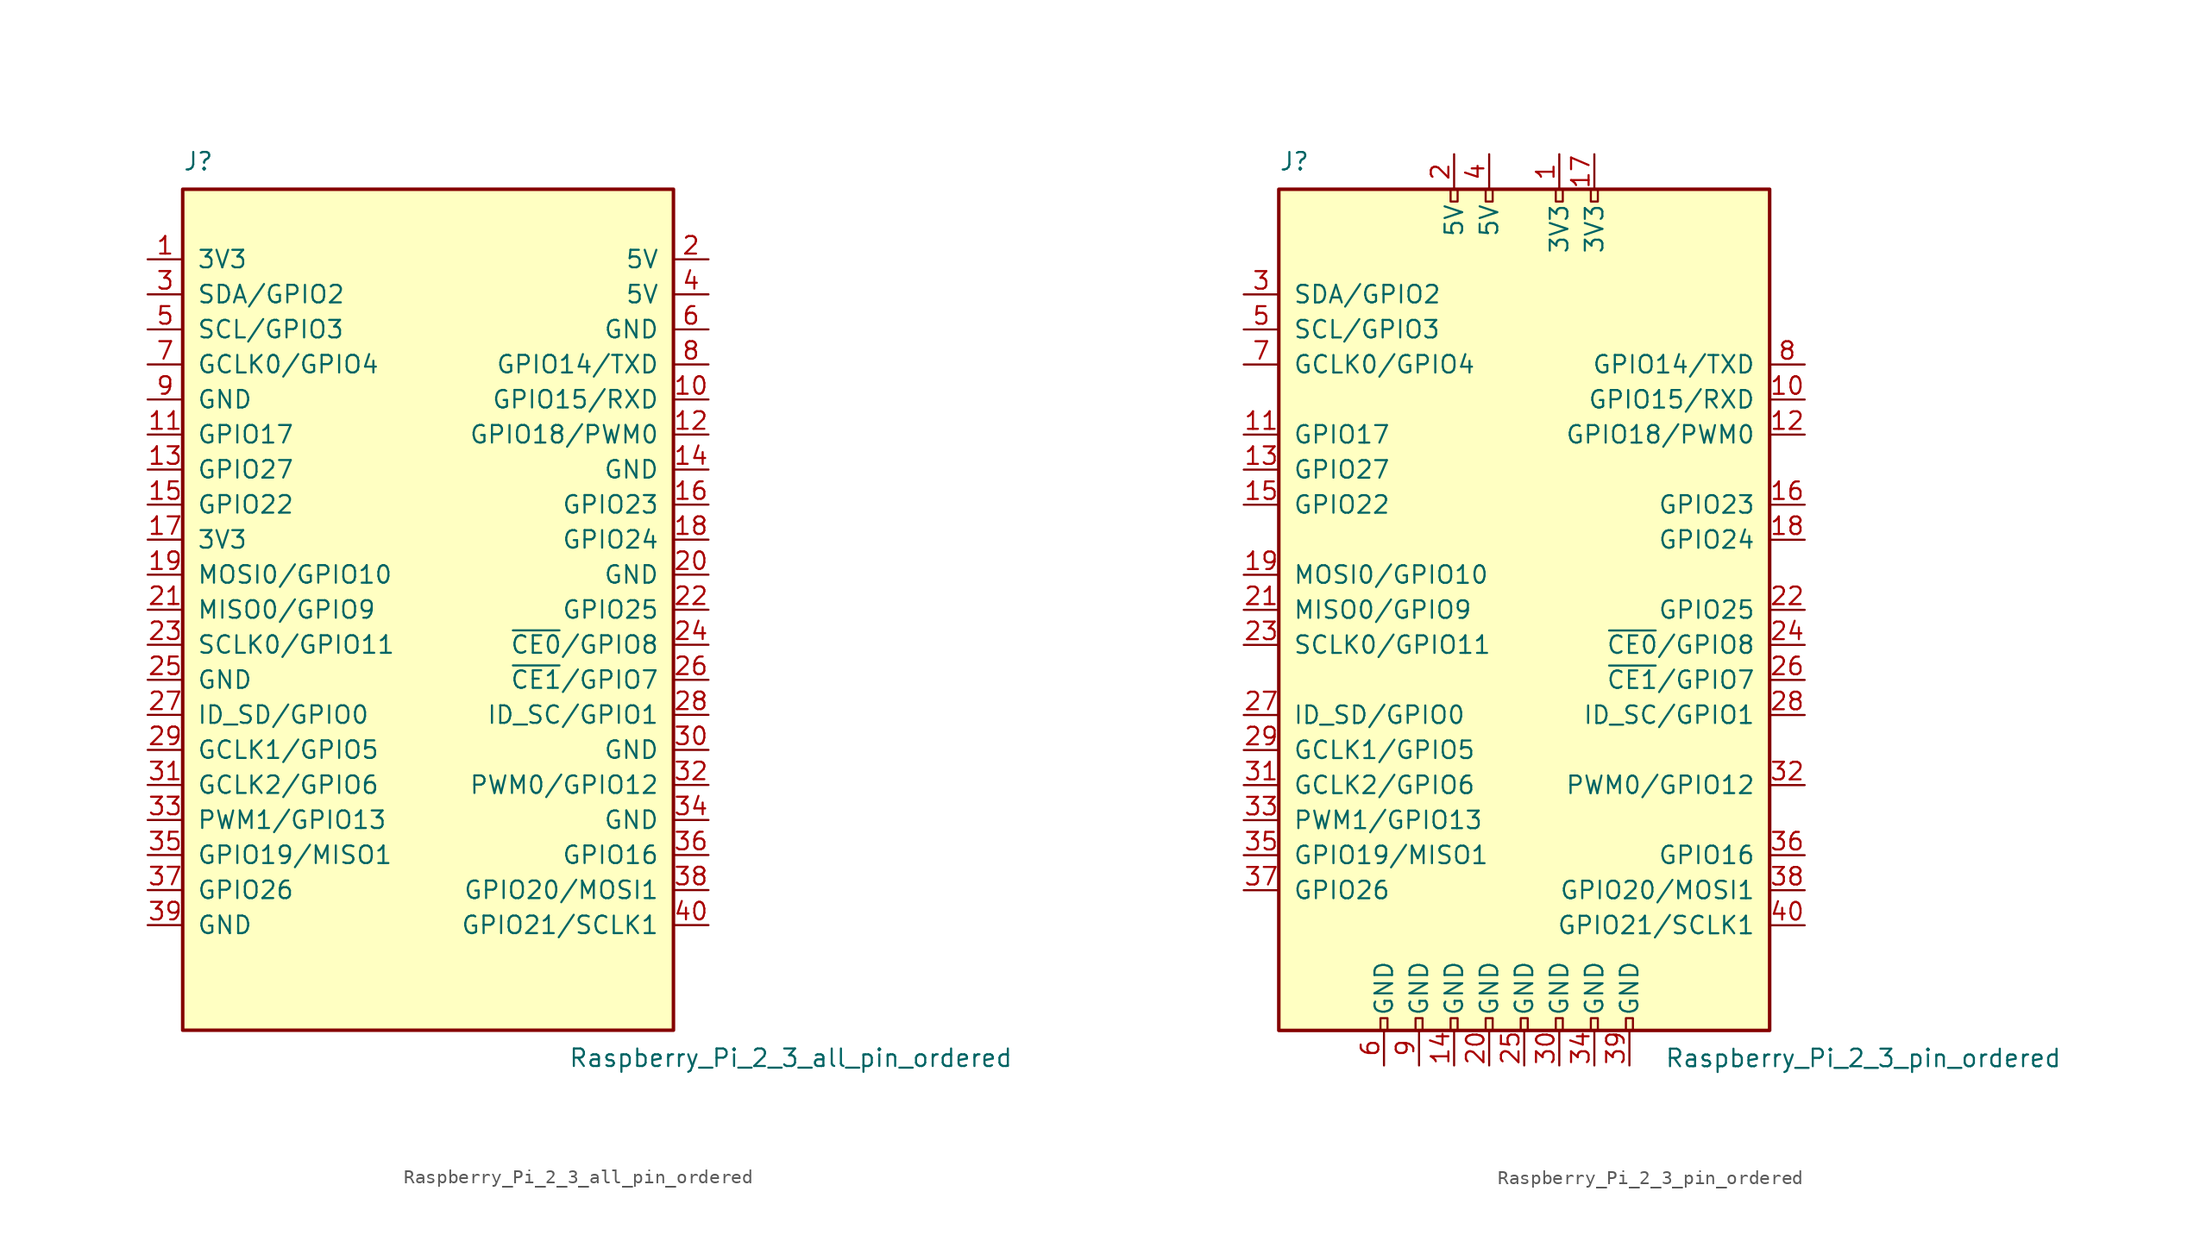
<source format=kicad_sym>
(kicad_symbol_lib
  (version 20231120)
  (generator "kicad_symbol_editor")
  (generator_version "8.0")
  (symbol "Raspberry_Pi_2_3_all_pin_ordered"
    (pin_names
      (offset 1.016))
    (property "Reference" "J"
      (at -17.78 31.75 0)
      (effects (font (size 1.27 1.27)) (justify left bottom)))
    (property "Value" "Raspberry_Pi_2_3_all_pin_ordered"
      (at 10.16 -31.75 0)
      (effects (font (size 1.27 1.27)) (justify left top)))
    (symbol "Raspberry_Pi_2_3_all_pin_ordered_0_1"
      (rectangle (start -17.78 30.48) (end 17.78 -30.48) (stroke (width 0.254) (type default)) (fill (type background))))
    (symbol "Raspberry_Pi_2_3_all_pin_ordered_1_1"
      (pin power_in line (at -20.32 25.4 0) (length 2.54) (name "3V3" (effects (font (size 1.27 1.27)))) (number "1" (effects (font (size 1.27 1.27)))))
      (pin bidirectional line (at 20.32 15.24 180) (length 2.54) (name "GPIO15/RXD" (effects (font (size 1.27 1.27)))) (number "10" (effects (font (size 1.27 1.27)))))
      (pin bidirectional line (at -20.32 12.7 0) (length 2.54) (name "GPIO17" (effects (font (size 1.27 1.27)))) (number "11" (effects (font (size 1.27 1.27)))))
      (pin bidirectional line (at 20.32 12.7 180) (length 2.54) (name "GPIO18/PWM0" (effects (font (size 1.27 1.27)))) (number "12" (effects (font (size 1.27 1.27)))))
      (pin bidirectional line (at -20.32 10.16 0) (length 2.54) (name "GPIO27" (effects (font (size 1.27 1.27)))) (number "13" (effects (font (size 1.27 1.27)))))
      (pin power_in line (at 20.32 10.16 180) (length 2.54) (name "GND" (effects (font (size 1.27 1.27)))) (number "14" (effects (font (size 1.27 1.27)))))
      (pin bidirectional line (at -20.32 7.62 0) (length 2.54) (name "GPIO22" (effects (font (size 1.27 1.27)))) (number "15" (effects (font (size 1.27 1.27)))))
      (pin bidirectional line (at 20.32 7.62 180) (length 2.54) (name "GPIO23" (effects (font (size 1.27 1.27)))) (number "16" (effects (font (size 1.27 1.27)))))
      (pin power_in line (at -20.32 5.08 0) (length 2.54) (name "3V3" (effects (font (size 1.27 1.27)))) (number "17" (effects (font (size 1.27 1.27)))))
      (pin bidirectional line (at 20.32 5.08 180) (length 2.54) (name "GPIO24" (effects (font (size 1.27 1.27)))) (number "18" (effects (font (size 1.27 1.27)))))
      (pin bidirectional line (at -20.32 2.54 0) (length 2.54) (name "MOSI0/GPIO10" (effects (font (size 1.27 1.27)))) (number "19" (effects (font (size 1.27 1.27)))))
      (pin power_in line (at 20.32 25.4 180) (length 2.54) (name "5V" (effects (font (size 1.27 1.27)))) (number "2" (effects (font (size 1.27 1.27)))))
      (pin power_in line (at 20.32 2.54 180) (length 2.54) (name "GND" (effects (font (size 1.27 1.27)))) (number "20" (effects (font (size 1.27 1.27)))))
      (pin bidirectional line (at -20.32 0 0) (length 2.54) (name "MISO0/GPIO9" (effects (font (size 1.27 1.27)))) (number "21" (effects (font (size 1.27 1.27)))))
      (pin bidirectional line (at 20.32 0 180) (length 2.54) (name "GPIO25" (effects (font (size 1.27 1.27)))) (number "22" (effects (font (size 1.27 1.27)))))
      (pin bidirectional line (at -20.32 -2.54 0) (length 2.54) (name "SCLK0/GPIO11" (effects (font (size 1.27 1.27)))) (number "23" (effects (font (size 1.27 1.27)))))
      (pin bidirectional line (at 20.32 -2.54 180) (length 2.54) (name "~{CE0}/GPIO8" (effects (font (size 1.27 1.27)))) (number "24" (effects (font (size 1.27 1.27)))))
      (pin power_in line (at -20.32 -5.08 0) (length 2.54) (name "GND" (effects (font (size 1.27 1.27)))) (number "25" (effects (font (size 1.27 1.27)))))
      (pin bidirectional line (at 20.32 -5.08 180) (length 2.54) (name "~{CE1}/GPIO7" (effects (font (size 1.27 1.27)))) (number "26" (effects (font (size 1.27 1.27)))))
      (pin bidirectional line (at -20.32 -7.62 0) (length 2.54) (name "ID_SD/GPIO0" (effects (font (size 1.27 1.27)))) (number "27" (effects (font (size 1.27 1.27)))))
      (pin bidirectional line (at 20.32 -7.62 180) (length 2.54) (name "ID_SC/GPIO1" (effects (font (size 1.27 1.27)))) (number "28" (effects (font (size 1.27 1.27)))))
      (pin bidirectional line (at -20.32 -10.16 0) (length 2.54) (name "GCLK1/GPIO5" (effects (font (size 1.27 1.27)))) (number "29" (effects (font (size 1.27 1.27)))))
      (pin bidirectional line (at -20.32 22.86 0) (length 2.54) (name "SDA/GPIO2" (effects (font (size 1.27 1.27)))) (number "3" (effects (font (size 1.27 1.27)))))
      (pin power_in line (at 20.32 -10.16 180) (length 2.54) (name "GND" (effects (font (size 1.27 1.27)))) (number "30" (effects (font (size 1.27 1.27)))))
      (pin bidirectional line (at -20.32 -12.7 0) (length 2.54) (name "GCLK2/GPIO6" (effects (font (size 1.27 1.27)))) (number "31" (effects (font (size 1.27 1.27)))))
      (pin bidirectional line (at 20.32 -12.7 180) (length 2.54) (name "PWM0/GPIO12" (effects (font (size 1.27 1.27)))) (number "32" (effects (font (size 1.27 1.27)))))
      (pin bidirectional line (at -20.32 -15.24 0) (length 2.54) (name "PWM1/GPIO13" (effects (font (size 1.27 1.27)))) (number "33" (effects (font (size 1.27 1.27)))))
      (pin power_in line (at 20.32 -15.24 180) (length 2.54) (name "GND" (effects (font (size 1.27 1.27)))) (number "34" (effects (font (size 1.27 1.27)))))
      (pin bidirectional line (at -20.32 -17.78 0) (length 2.54) (name "GPIO19/MISO1" (effects (font (size 1.27 1.27)))) (number "35" (effects (font (size 1.27 1.27)))))
      (pin bidirectional line (at 20.32 -17.78 180) (length 2.54) (name "GPIO16" (effects (font (size 1.27 1.27)))) (number "36" (effects (font (size 1.27 1.27)))))
      (pin bidirectional line (at -20.32 -20.32 0) (length 2.54) (name "GPIO26" (effects (font (size 1.27 1.27)))) (number "37" (effects (font (size 1.27 1.27)))))
      (pin bidirectional line (at 20.32 -20.32 180) (length 2.54) (name "GPIO20/MOSI1" (effects (font (size 1.27 1.27)))) (number "38" (effects (font (size 1.27 1.27)))))
      (pin power_in line (at -20.32 -22.86 0) (length 2.54) (name "GND" (effects (font (size 1.27 1.27)))) (number "39" (effects (font (size 1.27 1.27)))))
      (pin power_in line (at 20.32 22.86 180) (length 2.54) (name "5V" (effects (font (size 1.27 1.27)))) (number "4" (effects (font (size 1.27 1.27)))))
      (pin bidirectional line (at 20.32 -22.86 180) (length 2.54) (name "GPIO21/SCLK1" (effects (font (size 1.27 1.27)))) (number "40" (effects (font (size 1.27 1.27)))))
      (pin bidirectional line (at -20.32 20.32 0) (length 2.54) (name "SCL/GPIO3" (effects (font (size 1.27 1.27)))) (number "5" (effects (font (size 1.27 1.27)))))
      (pin power_in line (at 20.32 20.32 180) (length 2.54) (name "GND" (effects (font (size 1.27 1.27)))) (number "6" (effects (font (size 1.27 1.27)))))
      (pin bidirectional line (at -20.32 17.78 0) (length 2.54) (name "GCLK0/GPIO4" (effects (font (size 1.27 1.27)))) (number "7" (effects (font (size 1.27 1.27)))))
      (pin bidirectional line (at 20.32 17.78 180) (length 2.54) (name "GPIO14/TXD" (effects (font (size 1.27 1.27)))) (number "8" (effects (font (size 1.27 1.27)))))
      (pin power_in line (at -20.32 15.24 0) (length 2.54) (name "GND" (effects (font (size 1.27 1.27)))) (number "9" (effects (font (size 1.27 1.27)))))))
  (symbol "Raspberry_Pi_2_3_pin_ordered"
    (pin_names
      (offset 1.016))
    (property "Reference" "J"
      (at -17.78 31.75 0)
      (effects (font (size 1.27 1.27)) (justify left bottom)))
    (property "Value" "Raspberry_Pi_2_3_pin_ordered"
      (at 10.16 -31.75 0)
      (effects (font (size 1.27 1.27)) (justify left top)))
    (symbol "Raspberry_Pi_2_3_pin_ordered_0_1"
      (rectangle (start -17.78 30.48) (end 17.78 -30.48) (stroke (width 0.254) (type default)) (fill (type background))))
    (symbol "Raspberry_Pi_2_3_pin_ordered_1_1"
      (rectangle (start -10.414 -29.591) (end -9.906 -30.48) (stroke (width 0) (type default)) (fill (type none)))
      (rectangle (start -7.874 -29.591) (end -7.366 -30.48) (stroke (width 0) (type default)) (fill (type none)))
      (rectangle (start -5.334 -29.591) (end -4.826 -30.48) (stroke (width 0) (type default)) (fill (type none)))
      (rectangle (start -5.334 30.48) (end -4.826 29.591) (stroke (width 0) (type default)) (fill (type none)))
      (rectangle (start -2.794 -29.591) (end -2.286 -30.48) (stroke (width 0) (type default)) (fill (type none)))
      (rectangle (start -2.794 30.48) (end -2.286 29.591) (stroke (width 0) (type default)) (fill (type none)))
      (rectangle (start -0.254 -29.591) (end 0.254 -30.48) (stroke (width 0) (type default)) (fill (type none)))
      (rectangle (start 2.286 -29.591) (end 2.794 -30.48) (stroke (width 0) (type default)) (fill (type none)))
      (rectangle (start 2.286 30.48) (end 2.794 29.591) (stroke (width 0) (type default)) (fill (type none)))
      (rectangle (start 4.826 -29.591) (end 5.334 -30.48) (stroke (width 0) (type default)) (fill (type none)))
      (rectangle (start 4.826 30.48) (end 5.334 29.591) (stroke (width 0) (type default)) (fill (type none)))
      (rectangle (start 7.366 -29.591) (end 7.874 -30.48) (stroke (width 0) (type default)) (fill (type none)))
      (pin power_in line (at 2.54 33.02 270) (length 2.54) (name "3V3" (effects (font (size 1.27 1.27)))) (number "1" (effects (font (size 1.27 1.27)))))
      (pin bidirectional line (at 20.32 15.24 180) (length 2.54) (name "GPIO15/RXD" (effects (font (size 1.27 1.27)))) (number "10" (effects (font (size 1.27 1.27)))))
      (pin bidirectional line (at -20.32 12.7 0) (length 2.54) (name "GPIO17" (effects (font (size 1.27 1.27)))) (number "11" (effects (font (size 1.27 1.27)))))
      (pin bidirectional line (at 20.32 12.7 180) (length 2.54) (name "GPIO18/PWM0" (effects (font (size 1.27 1.27)))) (number "12" (effects (font (size 1.27 1.27)))))
      (pin bidirectional line (at -20.32 10.16 0) (length 2.54) (name "GPIO27" (effects (font (size 1.27 1.27)))) (number "13" (effects (font (size 1.27 1.27)))))
      (pin power_in line (at -5.08 -33.02 90) (length 2.54) (name "GND" (effects (font (size 1.27 1.27)))) (number "14" (effects (font (size 1.27 1.27)))))
      (pin bidirectional line (at -20.32 7.62 0) (length 2.54) (name "GPIO22" (effects (font (size 1.27 1.27)))) (number "15" (effects (font (size 1.27 1.27)))))
      (pin bidirectional line (at 20.32 7.62 180) (length 2.54) (name "GPIO23" (effects (font (size 1.27 1.27)))) (number "16" (effects (font (size 1.27 1.27)))))
      (pin power_in line (at 5.08 33.02 270) (length 2.54) (name "3V3" (effects (font (size 1.27 1.27)))) (number "17" (effects (font (size 1.27 1.27)))))
      (pin bidirectional line (at 20.32 5.08 180) (length 2.54) (name "GPIO24" (effects (font (size 1.27 1.27)))) (number "18" (effects (font (size 1.27 1.27)))))
      (pin bidirectional line (at -20.32 2.54 0) (length 2.54) (name "MOSI0/GPIO10" (effects (font (size 1.27 1.27)))) (number "19" (effects (font (size 1.27 1.27)))))
      (pin power_in line (at -5.08 33.02 270) (length 2.54) (name "5V" (effects (font (size 1.27 1.27)))) (number "2" (effects (font (size 1.27 1.27)))))
      (pin power_in line (at -2.54 -33.02 90) (length 2.54) (name "GND" (effects (font (size 1.27 1.27)))) (number "20" (effects (font (size 1.27 1.27)))))
      (pin bidirectional line (at -20.32 0 0) (length 2.54) (name "MISO0/GPIO9" (effects (font (size 1.27 1.27)))) (number "21" (effects (font (size 1.27 1.27)))))
      (pin bidirectional line (at 20.32 0 180) (length 2.54) (name "GPIO25" (effects (font (size 1.27 1.27)))) (number "22" (effects (font (size 1.27 1.27)))))
      (pin bidirectional line (at -20.32 -2.54 0) (length 2.54) (name "SCLK0/GPIO11" (effects (font (size 1.27 1.27)))) (number "23" (effects (font (size 1.27 1.27)))))
      (pin bidirectional line (at 20.32 -2.54 180) (length 2.54) (name "~{CE0}/GPIO8" (effects (font (size 1.27 1.27)))) (number "24" (effects (font (size 1.27 1.27)))))
      (pin power_in line (at 0 -33.02 90) (length 2.54) (name "GND" (effects (font (size 1.27 1.27)))) (number "25" (effects (font (size 1.27 1.27)))))
      (pin bidirectional line (at 20.32 -5.08 180) (length 2.54) (name "~{CE1}/GPIO7" (effects (font (size 1.27 1.27)))) (number "26" (effects (font (size 1.27 1.27)))))
      (pin bidirectional line (at -20.32 -7.62 0) (length 2.54) (name "ID_SD/GPIO0" (effects (font (size 1.27 1.27)))) (number "27" (effects (font (size 1.27 1.27)))))
      (pin bidirectional line (at 20.32 -7.62 180) (length 2.54) (name "ID_SC/GPIO1" (effects (font (size 1.27 1.27)))) (number "28" (effects (font (size 1.27 1.27)))))
      (pin bidirectional line (at -20.32 -10.16 0) (length 2.54) (name "GCLK1/GPIO5" (effects (font (size 1.27 1.27)))) (number "29" (effects (font (size 1.27 1.27)))))
      (pin bidirectional line (at -20.32 22.86 0) (length 2.54) (name "SDA/GPIO2" (effects (font (size 1.27 1.27)))) (number "3" (effects (font (size 1.27 1.27)))))
      (pin power_in line (at 2.54 -33.02 90) (length 2.54) (name "GND" (effects (font (size 1.27 1.27)))) (number "30" (effects (font (size 1.27 1.27)))))
      (pin bidirectional line (at -20.32 -12.7 0) (length 2.54) (name "GCLK2/GPIO6" (effects (font (size 1.27 1.27)))) (number "31" (effects (font (size 1.27 1.27)))))
      (pin bidirectional line (at 20.32 -12.7 180) (length 2.54) (name "PWM0/GPIO12" (effects (font (size 1.27 1.27)))) (number "32" (effects (font (size 1.27 1.27)))))
      (pin bidirectional line (at -20.32 -15.24 0) (length 2.54) (name "PWM1/GPIO13" (effects (font (size 1.27 1.27)))) (number "33" (effects (font (size 1.27 1.27)))))
      (pin power_in line (at 5.08 -33.02 90) (length 2.54) (name "GND" (effects (font (size 1.27 1.27)))) (number "34" (effects (font (size 1.27 1.27)))))
      (pin bidirectional line (at -20.32 -17.78 0) (length 2.54) (name "GPIO19/MISO1" (effects (font (size 1.27 1.27)))) (number "35" (effects (font (size 1.27 1.27)))))
      (pin bidirectional line (at 20.32 -17.78 180) (length 2.54) (name "GPIO16" (effects (font (size 1.27 1.27)))) (number "36" (effects (font (size 1.27 1.27)))))
      (pin bidirectional line (at -20.32 -20.32 0) (length 2.54) (name "GPIO26" (effects (font (size 1.27 1.27)))) (number "37" (effects (font (size 1.27 1.27)))))
      (pin bidirectional line (at 20.32 -20.32 180) (length 2.54) (name "GPIO20/MOSI1" (effects (font (size 1.27 1.27)))) (number "38" (effects (font (size 1.27 1.27)))))
      (pin power_in line (at 7.62 -33.02 90) (length 2.54) (name "GND" (effects (font (size 1.27 1.27)))) (number "39" (effects (font (size 1.27 1.27)))))
      (pin power_in line (at -2.54 33.02 270) (length 2.54) (name "5V" (effects (font (size 1.27 1.27)))) (number "4" (effects (font (size 1.27 1.27)))))
      (pin bidirectional line (at 20.32 -22.86 180) (length 2.54) (name "GPIO21/SCLK1" (effects (font (size 1.27 1.27)))) (number "40" (effects (font (size 1.27 1.27)))))
      (pin bidirectional line (at -20.32 20.32 0) (length 2.54) (name "SCL/GPIO3" (effects (font (size 1.27 1.27)))) (number "5" (effects (font (size 1.27 1.27)))))
      (pin power_in line (at -10.16 -33.02 90) (length 2.54) (name "GND" (effects (font (size 1.27 1.27)))) (number "6" (effects (font (size 1.27 1.27)))))
      (pin bidirectional line (at -20.32 17.78 0) (length 2.54) (name "GCLK0/GPIO4" (effects (font (size 1.27 1.27)))) (number "7" (effects (font (size 1.27 1.27)))))
      (pin bidirectional line (at 20.32 17.78 180) (length 2.54) (name "GPIO14/TXD" (effects (font (size 1.27 1.27)))) (number "8" (effects (font (size 1.27 1.27)))))
      (pin power_in line (at -7.62 -33.02 90) (length 2.54) (name "GND" (effects (font (size 1.27 1.27)))) (number "9" (effects (font (size 1.27 1.27))))))))
</source>
